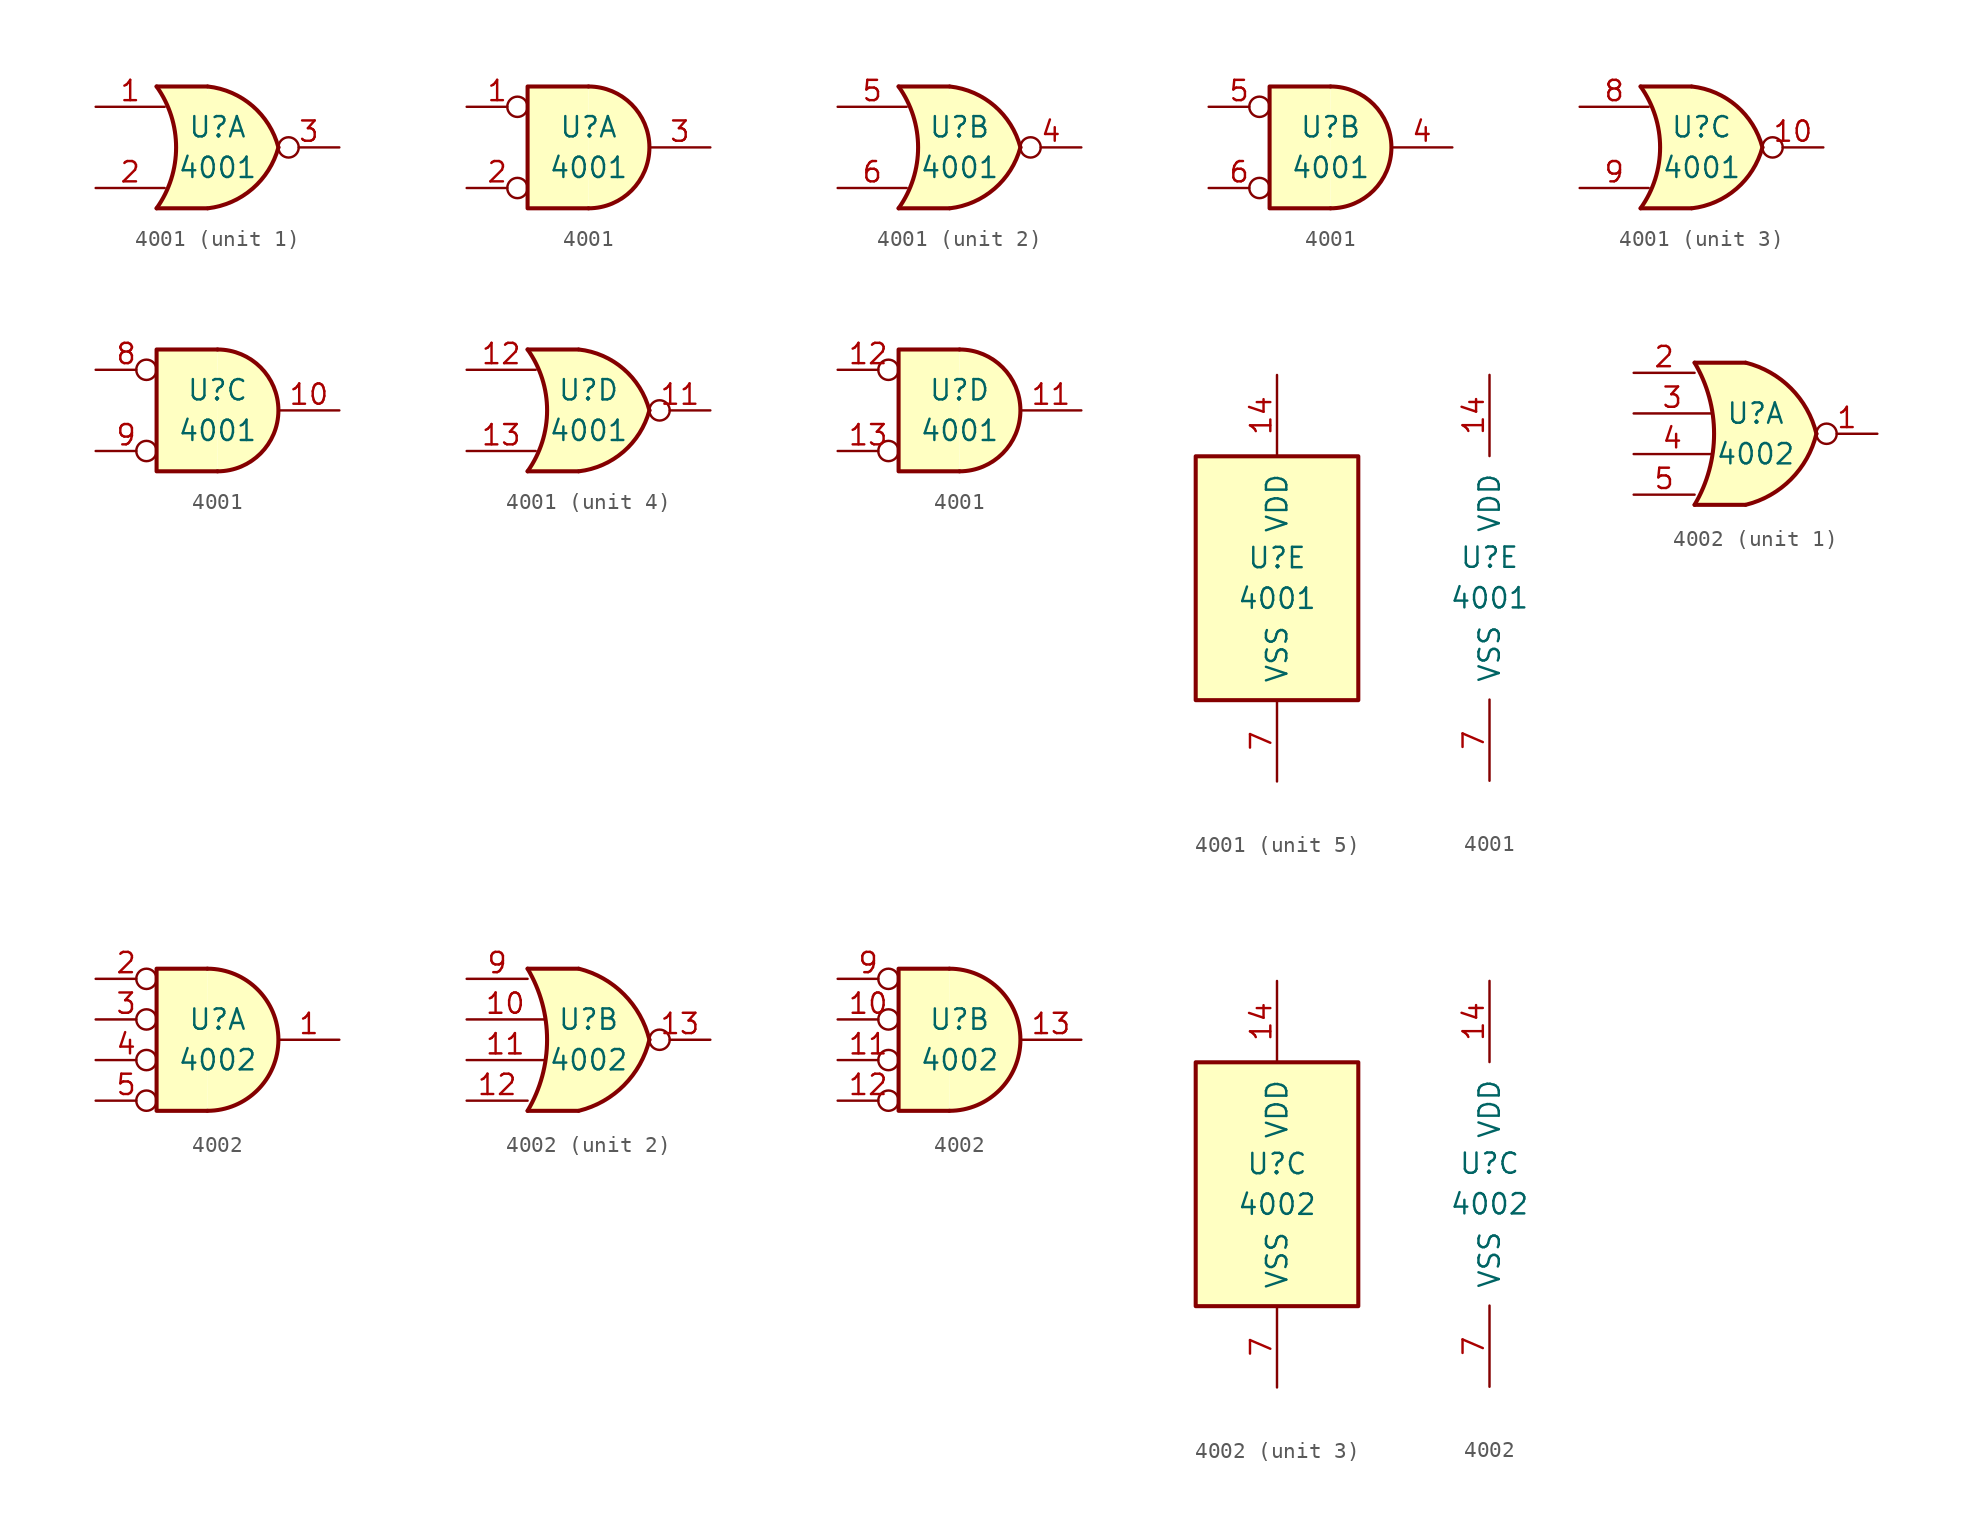
<source format=kicad_sym>
(kicad_symbol_lib
  (version 20220914)
  (generator kicad_symbol_editor)
  (symbol "4001"
    (pin_names
      (offset 1.016))
    (property "Reference" "U"
      (at 0 1.27 0)
      (effects (font (size 1.27 1.27))))
    (property "Value" "4001"
      (at 0 -1.27 0)
      (effects (font (size 1.27 1.27))))
    (property "ki_locked" ""
      (at 0 0 0)
      (effects (font (size 1.27 1.27))))
    (symbol "4001_1_1"
      (arc (start -3.81 -3.81) (mid -2.589 0) (end -3.81 3.81) (stroke (width 0.254) (type default)) (fill (type none)))
      (arc (start -0.6096 -3.81) (mid 2.1842 -2.5851) (end 3.81 0) (stroke (width 0.254) (type default)) (fill (type background)))
      (polyline (pts (xy -3.81 -3.81) (xy -0.635 -3.81)) (stroke (width 0.254) (type default)) (fill (type background)))
      (polyline (pts (xy -3.81 3.81) (xy -0.635 3.81)) (stroke (width 0.254) (type default)) (fill (type background)))
      (polyline (pts (xy -0.635 3.81) (xy -3.81 3.81) (xy -3.81 3.81) (xy -3.556 3.404) (xy -3.023 2.261) (xy -2.692 1.041) (xy -2.616 -0.254) (xy -2.769 -1.499) (xy -3.175 -2.718) (xy -3.81 -3.81) (xy -3.81 -3.81) (xy -0.635 -3.81)) (stroke (width -25.4) (type default)) (fill (type background)))
      (arc (start 3.81 0) (mid 2.1915 2.5936) (end -0.6096 3.81) (stroke (width 0.254) (type default)) (fill (type background)))
      (pin input line (at -7.62 2.54 0) (length 4.318) (name "~" (effects (font (size 1.27 1.27)))) (number "1" (effects (font (size 1.27 1.27)))))
      (pin input line (at -7.62 -2.54 0) (length 4.318) (name "~" (effects (font (size 1.27 1.27)))) (number "2" (effects (font (size 1.27 1.27)))))
      (pin output inverted (at 7.62 0 180) (length 3.81) (name "~" (effects (font (size 1.27 1.27)))) (number "3" (effects (font (size 1.27 1.27))))))
    (symbol "4001_1_2"
      (arc (start 0 -3.81) (mid 3.7934 0) (end 0 3.81) (stroke (width 0.254) (type default)) (fill (type background)))
      (polyline (pts (xy 0 3.81) (xy -3.81 3.81) (xy -3.81 -3.81) (xy 0 -3.81)) (stroke (width 0.254) (type default)) (fill (type background)))
      (pin input inverted (at -7.62 2.54 0) (length 3.81) (name "~" (effects (font (size 1.27 1.27)))) (number "1" (effects (font (size 1.27 1.27)))))
      (pin input inverted (at -7.62 -2.54 0) (length 3.81) (name "~" (effects (font (size 1.27 1.27)))) (number "2" (effects (font (size 1.27 1.27)))))
      (pin output line (at 7.62 0 180) (length 3.81) (name "~" (effects (font (size 1.27 1.27)))) (number "3" (effects (font (size 1.27 1.27))))))
    (symbol "4001_2_1"
      (arc (start -3.81 -3.81) (mid -2.589 0) (end -3.81 3.81) (stroke (width 0.254) (type default)) (fill (type none)))
      (arc (start -0.6096 -3.81) (mid 2.1842 -2.5851) (end 3.81 0) (stroke (width 0.254) (type default)) (fill (type background)))
      (polyline (pts (xy -3.81 -3.81) (xy -0.635 -3.81)) (stroke (width 0.254) (type default)) (fill (type background)))
      (polyline (pts (xy -3.81 3.81) (xy -0.635 3.81)) (stroke (width 0.254) (type default)) (fill (type background)))
      (polyline (pts (xy -0.635 3.81) (xy -3.81 3.81) (xy -3.81 3.81) (xy -3.556 3.404) (xy -3.023 2.261) (xy -2.692 1.041) (xy -2.616 -0.254) (xy -2.769 -1.499) (xy -3.175 -2.718) (xy -3.81 -3.81) (xy -3.81 -3.81) (xy -0.635 -3.81)) (stroke (width -25.4) (type default)) (fill (type background)))
      (arc (start 3.81 0) (mid 2.1915 2.5936) (end -0.6096 3.81) (stroke (width 0.254) (type default)) (fill (type background)))
      (pin output inverted (at 7.62 0 180) (length 3.81) (name "~" (effects (font (size 1.27 1.27)))) (number "4" (effects (font (size 1.27 1.27)))))
      (pin input line (at -7.62 2.54 0) (length 4.318) (name "~" (effects (font (size 1.27 1.27)))) (number "5" (effects (font (size 1.27 1.27)))))
      (pin input line (at -7.62 -2.54 0) (length 4.318) (name "~" (effects (font (size 1.27 1.27)))) (number "6" (effects (font (size 1.27 1.27))))))
    (symbol "4001_2_2"
      (arc (start 0 -3.81) (mid 3.7934 0) (end 0 3.81) (stroke (width 0.254) (type default)) (fill (type background)))
      (polyline (pts (xy 0 3.81) (xy -3.81 3.81) (xy -3.81 -3.81) (xy 0 -3.81)) (stroke (width 0.254) (type default)) (fill (type background)))
      (pin output line (at 7.62 0 180) (length 3.81) (name "~" (effects (font (size 1.27 1.27)))) (number "4" (effects (font (size 1.27 1.27)))))
      (pin input inverted (at -7.62 2.54 0) (length 3.81) (name "~" (effects (font (size 1.27 1.27)))) (number "5" (effects (font (size 1.27 1.27)))))
      (pin input inverted (at -7.62 -2.54 0) (length 3.81) (name "~" (effects (font (size 1.27 1.27)))) (number "6" (effects (font (size 1.27 1.27))))))
    (symbol "4001_3_1"
      (arc (start -3.81 -3.81) (mid -2.589 0) (end -3.81 3.81) (stroke (width 0.254) (type default)) (fill (type none)))
      (arc (start -0.6096 -3.81) (mid 2.1842 -2.5851) (end 3.81 0) (stroke (width 0.254) (type default)) (fill (type background)))
      (polyline (pts (xy -3.81 -3.81) (xy -0.635 -3.81)) (stroke (width 0.254) (type default)) (fill (type background)))
      (polyline (pts (xy -3.81 3.81) (xy -0.635 3.81)) (stroke (width 0.254) (type default)) (fill (type background)))
      (polyline (pts (xy -0.635 3.81) (xy -3.81 3.81) (xy -3.81 3.81) (xy -3.556 3.404) (xy -3.023 2.261) (xy -2.692 1.041) (xy -2.616 -0.254) (xy -2.769 -1.499) (xy -3.175 -2.718) (xy -3.81 -3.81) (xy -3.81 -3.81) (xy -0.635 -3.81)) (stroke (width -25.4) (type default)) (fill (type background)))
      (arc (start 3.81 0) (mid 2.1915 2.5936) (end -0.6096 3.81) (stroke (width 0.254) (type default)) (fill (type background)))
      (pin output inverted (at 7.62 0 180) (length 3.81) (name "~" (effects (font (size 1.27 1.27)))) (number "10" (effects (font (size 1.27 1.27)))))
      (pin input line (at -7.62 2.54 0) (length 4.318) (name "~" (effects (font (size 1.27 1.27)))) (number "8" (effects (font (size 1.27 1.27)))))
      (pin input line (at -7.62 -2.54 0) (length 4.318) (name "~" (effects (font (size 1.27 1.27)))) (number "9" (effects (font (size 1.27 1.27))))))
    (symbol "4001_3_2"
      (arc (start 0 -3.81) (mid 3.7934 0) (end 0 3.81) (stroke (width 0.254) (type default)) (fill (type background)))
      (polyline (pts (xy 0 3.81) (xy -3.81 3.81) (xy -3.81 -3.81) (xy 0 -3.81)) (stroke (width 0.254) (type default)) (fill (type background)))
      (pin output line (at 7.62 0 180) (length 3.81) (name "~" (effects (font (size 1.27 1.27)))) (number "10" (effects (font (size 1.27 1.27)))))
      (pin input inverted (at -7.62 2.54 0) (length 3.81) (name "~" (effects (font (size 1.27 1.27)))) (number "8" (effects (font (size 1.27 1.27)))))
      (pin input inverted (at -7.62 -2.54 0) (length 3.81) (name "~" (effects (font (size 1.27 1.27)))) (number "9" (effects (font (size 1.27 1.27))))))
    (symbol "4001_4_1"
      (arc (start -3.81 -3.81) (mid -2.589 0) (end -3.81 3.81) (stroke (width 0.254) (type default)) (fill (type none)))
      (arc (start -0.6096 -3.81) (mid 2.1842 -2.5851) (end 3.81 0) (stroke (width 0.254) (type default)) (fill (type background)))
      (polyline (pts (xy -3.81 -3.81) (xy -0.635 -3.81)) (stroke (width 0.254) (type default)) (fill (type background)))
      (polyline (pts (xy -3.81 3.81) (xy -0.635 3.81)) (stroke (width 0.254) (type default)) (fill (type background)))
      (polyline (pts (xy -0.635 3.81) (xy -3.81 3.81) (xy -3.81 3.81) (xy -3.556 3.404) (xy -3.023 2.261) (xy -2.692 1.041) (xy -2.616 -0.254) (xy -2.769 -1.499) (xy -3.175 -2.718) (xy -3.81 -3.81) (xy -3.81 -3.81) (xy -0.635 -3.81)) (stroke (width -25.4) (type default)) (fill (type background)))
      (arc (start 3.81 0) (mid 2.1915 2.5936) (end -0.6096 3.81) (stroke (width 0.254) (type default)) (fill (type background)))
      (pin output inverted (at 7.62 0 180) (length 3.81) (name "~" (effects (font (size 1.27 1.27)))) (number "11" (effects (font (size 1.27 1.27)))))
      (pin input line (at -7.62 2.54 0) (length 4.318) (name "~" (effects (font (size 1.27 1.27)))) (number "12" (effects (font (size 1.27 1.27)))))
      (pin input line (at -7.62 -2.54 0) (length 4.318) (name "~" (effects (font (size 1.27 1.27)))) (number "13" (effects (font (size 1.27 1.27))))))
    (symbol "4001_4_2"
      (arc (start 0 -3.81) (mid 3.7934 0) (end 0 3.81) (stroke (width 0.254) (type default)) (fill (type background)))
      (polyline (pts (xy 0 3.81) (xy -3.81 3.81) (xy -3.81 -3.81) (xy 0 -3.81)) (stroke (width 0.254) (type default)) (fill (type background)))
      (pin output line (at 7.62 0 180) (length 3.81) (name "~" (effects (font (size 1.27 1.27)))) (number "11" (effects (font (size 1.27 1.27)))))
      (pin input inverted (at -7.62 2.54 0) (length 3.81) (name "~" (effects (font (size 1.27 1.27)))) (number "12" (effects (font (size 1.27 1.27)))))
      (pin input inverted (at -7.62 -2.54 0) (length 3.81) (name "~" (effects (font (size 1.27 1.27)))) (number "13" (effects (font (size 1.27 1.27))))))
    (symbol "4001_5_0"
      (pin power_in line (at 0 12.7 270) (length 5.08) (name "VDD" (effects (font (size 1.27 1.27)))) (number "14" (effects (font (size 1.27 1.27)))))
      (pin power_in line (at 0 -12.7 90) (length 5.08) (name "VSS" (effects (font (size 1.27 1.27)))) (number "7" (effects (font (size 1.27 1.27))))))
    (symbol "4001_5_1"
      (rectangle (start -5.08 7.62) (end 5.08 -7.62) (stroke (width 0.254) (type default)) (fill (type background)))))
  (symbol "4002"
    (pin_names
      (offset 1.016))
    (property "Reference" "U"
      (at 0 1.27 0)
      (effects (font (size 1.27 1.27))))
    (property "Value" "4002"
      (at 0 -1.27 0)
      (effects (font (size 1.27 1.27))))
    (property "ki_locked" ""
      (at 0 0 0)
      (effects (font (size 1.27 1.27))))
    (symbol "4002_1_1"
      (arc (start -3.81 -4.445) (mid -2.5908 0) (end -3.81 4.445) (stroke (width 0.254) (type default)) (fill (type none)))
      (arc (start -0.6096 -4.445) (mid 2.2246 -2.8422) (end 3.81 0) (stroke (width 0.254) (type default)) (fill (type background)))
      (polyline (pts (xy -3.81 -4.445) (xy -0.635 -4.445)) (stroke (width 0.254) (type default)) (fill (type background)))
      (polyline (pts (xy -3.81 4.445) (xy -0.635 4.445)) (stroke (width 0.254) (type default)) (fill (type background)))
      (polyline (pts (xy -0.635 4.445) (xy -3.81 4.445) (xy -3.81 4.445) (xy -3.632 4.089) (xy -3.099 2.921) (xy -2.769 1.676) (xy -2.616 0.432) (xy -2.642 -0.864) (xy -2.87 -2.108) (xy -3.251 -3.327) (xy -3.81 -4.445) (xy -3.81 -4.445) (xy -0.635 -4.445)) (stroke (width -25.4) (type default)) (fill (type background)))
      (arc (start 3.81 0) (mid 2.2204 2.8379) (end -0.6096 4.445) (stroke (width 0.254) (type default)) (fill (type background)))
      (pin output inverted (at 7.62 0 180) (length 3.81) (name "~" (effects (font (size 1.27 1.27)))) (number "1" (effects (font (size 1.27 1.27)))))
      (pin input line (at -7.62 3.81 0) (length 3.81) (name "~" (effects (font (size 1.27 1.27)))) (number "2" (effects (font (size 1.27 1.27)))))
      (pin input line (at -7.62 1.27 0) (length 4.826) (name "~" (effects (font (size 1.27 1.27)))) (number "3" (effects (font (size 1.27 1.27)))))
      (pin input line (at -7.62 -1.27 0) (length 4.826) (name "~" (effects (font (size 1.27 1.27)))) (number "4" (effects (font (size 1.27 1.27)))))
      (pin input line (at -7.62 -3.81 0) (length 3.81) (name "~" (effects (font (size 1.27 1.27)))) (number "5" (effects (font (size 1.27 1.27))))))
    (symbol "4002_1_2"
      (arc (start -0.635 -4.445) (mid 3.7907 0) (end -0.635 4.445) (stroke (width 0.254) (type default)) (fill (type background)))
      (polyline (pts (xy -0.635 4.445) (xy -3.81 4.445) (xy -3.81 -4.445) (xy -0.635 -4.445)) (stroke (width 0.254) (type default)) (fill (type background)))
      (pin output line (at 7.62 0 180) (length 3.81) (name "~" (effects (font (size 1.27 1.27)))) (number "1" (effects (font (size 1.27 1.27)))))
      (pin input inverted (at -7.62 3.81 0) (length 3.81) (name "~" (effects (font (size 1.27 1.27)))) (number "2" (effects (font (size 1.27 1.27)))))
      (pin input inverted (at -7.62 1.27 0) (length 3.81) (name "~" (effects (font (size 1.27 1.27)))) (number "3" (effects (font (size 1.27 1.27)))))
      (pin input inverted (at -7.62 -1.27 0) (length 3.81) (name "~" (effects (font (size 1.27 1.27)))) (number "4" (effects (font (size 1.27 1.27)))))
      (pin input inverted (at -7.62 -3.81 0) (length 3.81) (name "~" (effects (font (size 1.27 1.27)))) (number "5" (effects (font (size 1.27 1.27))))))
    (symbol "4002_2_1"
      (arc (start -3.81 -4.445) (mid -2.5908 0) (end -3.81 4.445) (stroke (width 0.254) (type default)) (fill (type none)))
      (arc (start -0.6096 -4.445) (mid 2.2246 -2.8422) (end 3.81 0) (stroke (width 0.254) (type default)) (fill (type background)))
      (polyline (pts (xy -3.81 -4.445) (xy -0.635 -4.445)) (stroke (width 0.254) (type default)) (fill (type background)))
      (polyline (pts (xy -3.81 4.445) (xy -0.635 4.445)) (stroke (width 0.254) (type default)) (fill (type background)))
      (polyline (pts (xy -0.635 4.445) (xy -3.81 4.445) (xy -3.81 4.445) (xy -3.632 4.089) (xy -3.099 2.921) (xy -2.769 1.676) (xy -2.616 0.432) (xy -2.642 -0.864) (xy -2.87 -2.108) (xy -3.251 -3.327) (xy -3.81 -4.445) (xy -3.81 -4.445) (xy -0.635 -4.445)) (stroke (width -25.4) (type default)) (fill (type background)))
      (arc (start 3.81 0) (mid 2.2204 2.8379) (end -0.6096 4.445) (stroke (width 0.254) (type default)) (fill (type background)))
      (pin input line (at -7.62 1.27 0) (length 4.826) (name "~" (effects (font (size 1.27 1.27)))) (number "10" (effects (font (size 1.27 1.27)))))
      (pin input line (at -7.62 -1.27 0) (length 4.826) (name "~" (effects (font (size 1.27 1.27)))) (number "11" (effects (font (size 1.27 1.27)))))
      (pin input line (at -7.62 -3.81 0) (length 3.81) (name "~" (effects (font (size 1.27 1.27)))) (number "12" (effects (font (size 1.27 1.27)))))
      (pin output inverted (at 7.62 0 180) (length 3.81) (name "~" (effects (font (size 1.27 1.27)))) (number "13" (effects (font (size 1.27 1.27)))))
      (pin input line (at -7.62 3.81 0) (length 3.81) (name "~" (effects (font (size 1.27 1.27)))) (number "9" (effects (font (size 1.27 1.27))))))
    (symbol "4002_2_2"
      (arc (start -0.635 -4.445) (mid 3.7907 0) (end -0.635 4.445) (stroke (width 0.254) (type default)) (fill (type background)))
      (polyline (pts (xy -0.635 4.445) (xy -3.81 4.445) (xy -3.81 -4.445) (xy -0.635 -4.445)) (stroke (width 0.254) (type default)) (fill (type background)))
      (pin input inverted (at -7.62 1.27 0) (length 3.81) (name "~" (effects (font (size 1.27 1.27)))) (number "10" (effects (font (size 1.27 1.27)))))
      (pin input inverted (at -7.62 -1.27 0) (length 3.81) (name "~" (effects (font (size 1.27 1.27)))) (number "11" (effects (font (size 1.27 1.27)))))
      (pin input inverted (at -7.62 -3.81 0) (length 3.81) (name "~" (effects (font (size 1.27 1.27)))) (number "12" (effects (font (size 1.27 1.27)))))
      (pin output line (at 7.62 0 180) (length 3.81) (name "~" (effects (font (size 1.27 1.27)))) (number "13" (effects (font (size 1.27 1.27)))))
      (pin input inverted (at -7.62 3.81 0) (length 3.81) (name "~" (effects (font (size 1.27 1.27)))) (number "9" (effects (font (size 1.27 1.27))))))
    (symbol "4002_3_0"
      (pin power_in line (at 0 12.7 270) (length 5.08) (name "VDD" (effects (font (size 1.27 1.27)))) (number "14" (effects (font (size 1.27 1.27)))))
      (pin power_in line (at 0 -12.7 90) (length 5.08) (name "VSS" (effects (font (size 1.27 1.27)))) (number "7" (effects (font (size 1.27 1.27))))))
    (symbol "4002_3_1"
      (rectangle (start -5.08 7.62) (end 5.08 -7.62) (stroke (width 0.254) (type default)) (fill (type background))))))
</source>
